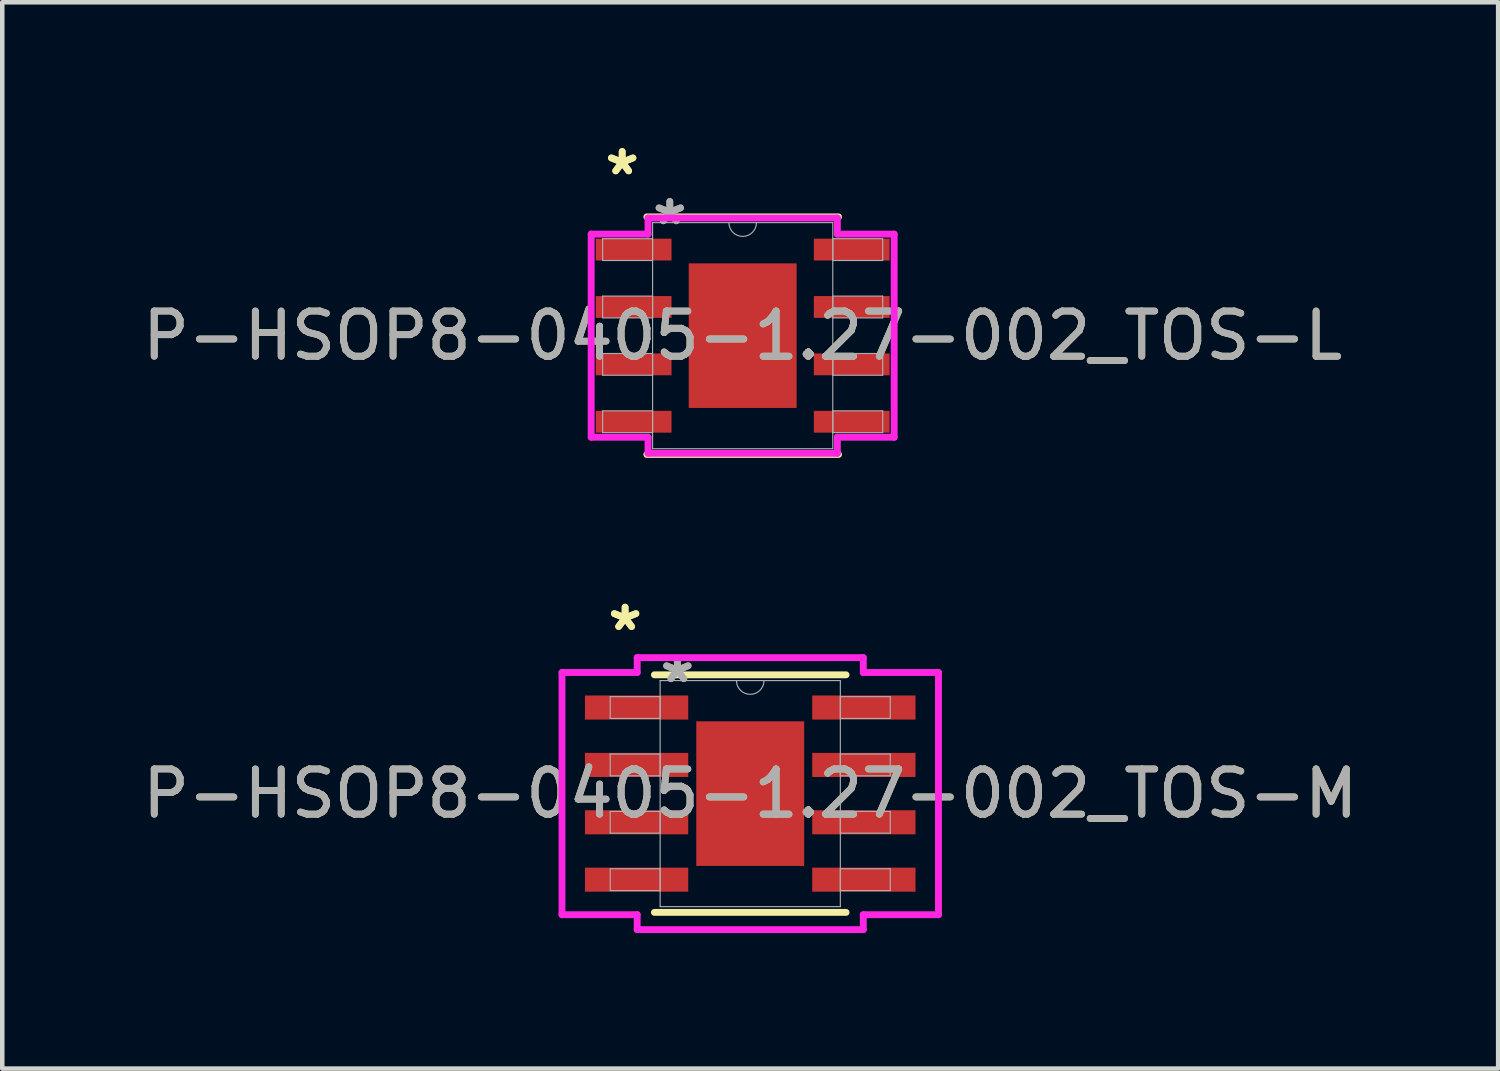
<source format=kicad_pcb>
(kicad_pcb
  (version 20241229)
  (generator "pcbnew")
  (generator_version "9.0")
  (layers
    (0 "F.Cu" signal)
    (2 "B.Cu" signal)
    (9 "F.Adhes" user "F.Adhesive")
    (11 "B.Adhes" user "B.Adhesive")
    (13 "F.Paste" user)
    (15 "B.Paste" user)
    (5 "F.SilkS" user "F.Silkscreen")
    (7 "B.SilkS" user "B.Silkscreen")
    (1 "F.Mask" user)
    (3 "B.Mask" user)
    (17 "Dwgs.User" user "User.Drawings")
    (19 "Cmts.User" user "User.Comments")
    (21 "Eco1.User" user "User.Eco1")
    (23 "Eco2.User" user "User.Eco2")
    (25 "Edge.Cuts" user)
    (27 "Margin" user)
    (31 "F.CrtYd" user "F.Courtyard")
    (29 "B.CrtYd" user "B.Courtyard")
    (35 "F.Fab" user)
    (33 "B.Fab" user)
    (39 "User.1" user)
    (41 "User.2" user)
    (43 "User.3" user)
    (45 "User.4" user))
  (footprint "P-HSOP8-0405-1.27-002_TOS-M"
    (layer "F.Cu")
    (at 13.554 14.514)
    (property "Reference" "P-HSOP8-0405-1.27-002_TOS-M" (at 0 0 0) (unlocked yes) (layer "F.SilkS") (effects (font (size 1 1) (thickness 0.15))))
    (attr smd)
    (fp_line (start -2.121 2.629) (end 2.121 2.629) (stroke (width 0.152) (type solid)) (layer "F.SilkS"))
    (fp_line (start 2.121 -2.629) (end -2.121 -2.629) (stroke (width 0.152) (type solid)) (layer "F.SilkS"))
    (fp_poly (pts (xy -1.094 -1.5) (xy -1.094 -0.1) (xy 1.094 -0.1) (xy 1.094 -1.5)) (stroke (width 0) (type solid)) (fill yes) (layer "F.Paste"))
    (fp_poly (pts (xy -1.094 0.1) (xy -1.094 1.5) (xy 1.094 1.5) (xy 1.094 0.1)) (stroke (width 0) (type solid)) (fill yes) (layer "F.Paste"))
    (fp_line (start -4.166 -2.68) (end -2.502 -2.68) (stroke (width 0.152) (type solid)) (layer "F.CrtYd"))
    (fp_line (start -4.166 2.68) (end -4.166 -2.68) (stroke (width 0.152) (type solid)) (layer "F.CrtYd"))
    (fp_line (start -4.166 2.68) (end -2.502 2.68) (stroke (width 0.152) (type solid)) (layer "F.CrtYd"))
    (fp_line (start -2.502 -3.01) (end 2.502 -3.01) (stroke (width 0.152) (type solid)) (layer "F.CrtYd"))
    (fp_line (start -2.502 -2.68) (end -2.502 -3.01) (stroke (width 0.152) (type solid)) (layer "F.CrtYd"))
    (fp_line (start -2.502 3.01) (end -2.502 2.68) (stroke (width 0.152) (type solid)) (layer "F.CrtYd"))
    (fp_line (start 2.502 -3.01) (end 2.502 -2.68) (stroke (width 0.152) (type solid)) (layer "F.CrtYd"))
    (fp_line (start 2.502 2.68) (end 2.502 3.01) (stroke (width 0.152) (type solid)) (layer "F.CrtYd"))
    (fp_line (start 2.502 3.01) (end -2.502 3.01) (stroke (width 0.152) (type solid)) (layer "F.CrtYd"))
    (fp_line (start 4.166 -2.68) (end 2.502 -2.68) (stroke (width 0.152) (type solid)) (layer "F.CrtYd"))
    (fp_line (start 4.166 -2.68) (end 4.166 2.68) (stroke (width 0.152) (type solid)) (layer "F.CrtYd"))
    (fp_line (start 4.166 2.68) (end 2.502 2.68) (stroke (width 0.152) (type solid)) (layer "F.CrtYd"))
    (fp_line (start -3.099 -2.146) (end -3.099 -1.664) (stroke (width 0.025) (type solid)) (layer "F.Fab"))
    (fp_line (start -3.099 -1.664) (end -1.994 -1.664) (stroke (width 0.025) (type solid)) (layer "F.Fab"))
    (fp_line (start -3.099 -0.876) (end -3.099 -0.394) (stroke (width 0.025) (type solid)) (layer "F.Fab"))
    (fp_line (start -3.099 -0.394) (end -1.994 -0.394) (stroke (width 0.025) (type solid)) (layer "F.Fab"))
    (fp_line (start -3.099 0.394) (end -3.099 0.876) (stroke (width 0.025) (type solid)) (layer "F.Fab"))
    (fp_line (start -3.099 0.876) (end -1.994 0.876) (stroke (width 0.025) (type solid)) (layer "F.Fab"))
    (fp_line (start -3.099 1.664) (end -3.099 2.146) (stroke (width 0.025) (type solid)) (layer "F.Fab"))
    (fp_line (start -3.099 2.146) (end -1.994 2.146) (stroke (width 0.025) (type solid)) (layer "F.Fab"))
    (fp_line (start -1.994 -2.502) (end -1.994 2.502) (stroke (width 0.025) (type solid)) (layer "F.Fab"))
    (fp_line (start -1.994 -2.146) (end -3.099 -2.146) (stroke (width 0.025) (type solid)) (layer "F.Fab"))
    (fp_line (start -1.994 -1.664) (end -1.994 -2.146) (stroke (width 0.025) (type solid)) (layer "F.Fab"))
    (fp_line (start -1.994 -0.876) (end -3.099 -0.876) (stroke (width 0.025) (type solid)) (layer "F.Fab"))
    (fp_line (start -1.994 -0.394) (end -1.994 -0.876) (stroke (width 0.025) (type solid)) (layer "F.Fab"))
    (fp_line (start -1.994 0.394) (end -3.099 0.394) (stroke (width 0.025) (type solid)) (layer "F.Fab"))
    (fp_line (start -1.994 0.876) (end -1.994 0.394) (stroke (width 0.025) (type solid)) (layer "F.Fab"))
    (fp_line (start -1.994 1.664) (end -3.099 1.664) (stroke (width 0.025) (type solid)) (layer "F.Fab"))
    (fp_line (start -1.994 2.146) (end -1.994 1.664) (stroke (width 0.025) (type solid)) (layer "F.Fab"))
    (fp_line (start -1.994 2.502) (end 1.994 2.502) (stroke (width 0.025) (type solid)) (layer "F.Fab"))
    (fp_line (start 1.994 -2.502) (end -1.994 -2.502) (stroke (width 0.025) (type solid)) (layer "F.Fab"))
    (fp_line (start 1.994 -2.146) (end 1.994 -1.664) (stroke (width 0.025) (type solid)) (layer "F.Fab"))
    (fp_line (start 1.994 -1.664) (end 3.099 -1.664) (stroke (width 0.025) (type solid)) (layer "F.Fab"))
    (fp_line (start 1.994 -0.876) (end 1.994 -0.394) (stroke (width 0.025) (type solid)) (layer "F.Fab"))
    (fp_line (start 1.994 -0.394) (end 3.099 -0.394) (stroke (width 0.025) (type solid)) (layer "F.Fab"))
    (fp_line (start 1.994 0.394) (end 1.994 0.876) (stroke (width 0.025) (type solid)) (layer "F.Fab"))
    (fp_line (start 1.994 0.876) (end 3.099 0.876) (stroke (width 0.025) (type solid)) (layer "F.Fab"))
    (fp_line (start 1.994 1.664) (end 1.994 2.146) (stroke (width 0.025) (type solid)) (layer "F.Fab"))
    (fp_line (start 1.994 2.146) (end 3.099 2.146) (stroke (width 0.025) (type solid)) (layer "F.Fab"))
    (fp_line (start 1.994 2.502) (end 1.994 -2.502) (stroke (width 0.025) (type solid)) (layer "F.Fab"))
    (fp_line (start 3.099 -2.146) (end 1.994 -2.146) (stroke (width 0.025) (type solid)) (layer "F.Fab"))
    (fp_line (start 3.099 -1.664) (end 3.099 -2.146) (stroke (width 0.025) (type solid)) (layer "F.Fab"))
    (fp_line (start 3.099 -0.876) (end 1.994 -0.876) (stroke (width 0.025) (type solid)) (layer "F.Fab"))
    (fp_line (start 3.099 -0.394) (end 3.099 -0.876) (stroke (width 0.025) (type solid)) (layer "F.Fab"))
    (fp_line (start 3.099 0.394) (end 1.994 0.394) (stroke (width 0.025) (type solid)) (layer "F.Fab"))
    (fp_line (start 3.099 0.876) (end 3.099 0.394) (stroke (width 0.025) (type solid)) (layer "F.Fab"))
    (fp_line (start 3.099 1.664) (end 1.994 1.664) (stroke (width 0.025) (type solid)) (layer "F.Fab"))
    (fp_line (start 3.099 2.146) (end 3.099 1.664) (stroke (width 0.025) (type solid)) (layer "F.Fab"))
    (fp_arc (start 0.3048 -2.5019) (mid 0 -2.1971) (end -0.3048 -2.5019) (stroke (width 0.0254) (type solid)) (layer "F.Fab"))
    (fp_text user "*" (at -2.769 -3.581 0) (unlocked yes) (layer "F.SilkS") (effects (font (size 1 1) (thickness 0.15))))
    (fp_text user "*" (at -2.769 -3.581 0) (layer "F.SilkS") (effects (font (size 1 1) (thickness 0.15))))
    (fp_text user "*" (at -1.613 -2.426 0) (unlocked yes) (layer "F.Fab") (effects (font (size 1 1) (thickness 0.15))))
    (fp_text user "${REFERENCE}" (at 0 0 0) (unlocked yes) (layer "F.Fab") (effects (font (size 1 1) (thickness 0.15))))
    (fp_text user "*" (at -1.613 -2.426 0) (layer "F.Fab") (effects (font (size 1 1) (thickness 0.15))))
    (pad "1" smd rect (at -2.515 -1.905) (size 2.286 0.533) (layers "F.Cu" "F.Mask" "F.Paste"))
    (pad "2" smd rect (at -2.515 -0.635) (size 2.286 0.533) (layers "F.Cu" "F.Mask" "F.Paste"))
    (pad "3" smd rect (at -2.515 0.635) (size 2.286 0.533) (layers "F.Cu" "F.Mask" "F.Paste"))
    (pad "4" smd rect (at -2.515 1.905) (size 2.286 0.533) (layers "F.Cu" "F.Mask" "F.Paste"))
    (pad "5" smd rect (at 2.515 1.905) (size 2.286 0.533) (layers "F.Cu" "F.Mask" "F.Paste"))
    (pad "6" smd rect (at 2.515 0.635) (size 2.286 0.533) (layers "F.Cu" "F.Mask" "F.Paste"))
    (pad "7" smd rect (at 2.515 -0.635) (size 2.286 0.533) (layers "F.Cu" "F.Mask" "F.Paste"))
    (pad "8" smd rect (at 2.515 -1.905) (size 2.286 0.533) (layers "F.Cu" "F.Mask" "F.Paste"))
    (pad "EPAD" smd rect (at 0 0) (size 2.388 3.2) (layers "F.Cu" "F.Mask")))
  (footprint "P-HSOP8-0405-1.27-002_TOS-L"
    (layer "F.Cu")
    (at 13.387 4.379)
    (property "Reference" "P-HSOP8-0405-1.27-002_TOS-L" (at 0 0 0) (unlocked yes) (layer "F.SilkS") (effects (font (size 1 1) (thickness 0.15))))
    (attr smd)
    (fp_line (start -2.121 2.629) (end 2.121 2.629) (stroke (width 0.152) (type solid)) (layer "F.SilkS"))
    (fp_line (start 2.121 -2.629) (end -2.121 -2.629) (stroke (width 0.152) (type solid)) (layer "F.SilkS"))
    (fp_poly (pts (xy -1.094 -1.5) (xy -1.094 -0.1) (xy 1.094 -0.1) (xy 1.094 -1.5)) (stroke (width 0) (type solid)) (fill yes) (layer "F.Paste"))
    (fp_poly (pts (xy -1.094 0.1) (xy -1.094 1.5) (xy 1.094 1.5) (xy 1.094 0.1)) (stroke (width 0) (type solid)) (fill yes) (layer "F.Paste"))
    (fp_line (start -3.353 -2.248) (end -2.095 -2.248) (stroke (width 0.152) (type solid)) (layer "F.CrtYd"))
    (fp_line (start -3.353 2.248) (end -3.353 -2.248) (stroke (width 0.152) (type solid)) (layer "F.CrtYd"))
    (fp_line (start -3.353 2.248) (end -2.095 2.248) (stroke (width 0.152) (type solid)) (layer "F.CrtYd"))
    (fp_line (start -2.095 -2.603) (end 2.095 -2.603) (stroke (width 0.152) (type solid)) (layer "F.CrtYd"))
    (fp_line (start -2.095 -2.248) (end -2.095 -2.603) (stroke (width 0.152) (type solid)) (layer "F.CrtYd"))
    (fp_line (start -2.095 2.603) (end -2.095 2.248) (stroke (width 0.152) (type solid)) (layer "F.CrtYd"))
    (fp_line (start 2.095 -2.603) (end 2.095 -2.248) (stroke (width 0.152) (type solid)) (layer "F.CrtYd"))
    (fp_line (start 2.095 2.248) (end 2.095 2.603) (stroke (width 0.152) (type solid)) (layer "F.CrtYd"))
    (fp_line (start 2.095 2.603) (end -2.095 2.603) (stroke (width 0.152) (type solid)) (layer "F.CrtYd"))
    (fp_line (start 3.353 -2.248) (end 2.095 -2.248) (stroke (width 0.152) (type solid)) (layer "F.CrtYd"))
    (fp_line (start 3.353 -2.248) (end 3.353 2.248) (stroke (width 0.152) (type solid)) (layer "F.CrtYd"))
    (fp_line (start 3.353 2.248) (end 2.095 2.248) (stroke (width 0.152) (type solid)) (layer "F.CrtYd"))
    (fp_line (start -3.099 -2.146) (end -3.099 -1.664) (stroke (width 0.025) (type solid)) (layer "F.Fab"))
    (fp_line (start -3.099 -1.664) (end -1.994 -1.664) (stroke (width 0.025) (type solid)) (layer "F.Fab"))
    (fp_line (start -3.099 -0.876) (end -3.099 -0.394) (stroke (width 0.025) (type solid)) (layer "F.Fab"))
    (fp_line (start -3.099 -0.394) (end -1.994 -0.394) (stroke (width 0.025) (type solid)) (layer "F.Fab"))
    (fp_line (start -3.099 0.394) (end -3.099 0.876) (stroke (width 0.025) (type solid)) (layer "F.Fab"))
    (fp_line (start -3.099 0.876) (end -1.994 0.876) (stroke (width 0.025) (type solid)) (layer "F.Fab"))
    (fp_line (start -3.099 1.664) (end -3.099 2.146) (stroke (width 0.025) (type solid)) (layer "F.Fab"))
    (fp_line (start -3.099 2.146) (end -1.994 2.146) (stroke (width 0.025) (type solid)) (layer "F.Fab"))
    (fp_line (start -1.994 -2.502) (end -1.994 2.502) (stroke (width 0.025) (type solid)) (layer "F.Fab"))
    (fp_line (start -1.994 -2.146) (end -3.099 -2.146) (stroke (width 0.025) (type solid)) (layer "F.Fab"))
    (fp_line (start -1.994 -1.664) (end -1.994 -2.146) (stroke (width 0.025) (type solid)) (layer "F.Fab"))
    (fp_line (start -1.994 -0.876) (end -3.099 -0.876) (stroke (width 0.025) (type solid)) (layer "F.Fab"))
    (fp_line (start -1.994 -0.394) (end -1.994 -0.876) (stroke (width 0.025) (type solid)) (layer "F.Fab"))
    (fp_line (start -1.994 0.394) (end -3.099 0.394) (stroke (width 0.025) (type solid)) (layer "F.Fab"))
    (fp_line (start -1.994 0.876) (end -1.994 0.394) (stroke (width 0.025) (type solid)) (layer "F.Fab"))
    (fp_line (start -1.994 1.664) (end -3.099 1.664) (stroke (width 0.025) (type solid)) (layer "F.Fab"))
    (fp_line (start -1.994 2.146) (end -1.994 1.664) (stroke (width 0.025) (type solid)) (layer "F.Fab"))
    (fp_line (start -1.994 2.502) (end 1.994 2.502) (stroke (width 0.025) (type solid)) (layer "F.Fab"))
    (fp_line (start 1.994 -2.502) (end -1.994 -2.502) (stroke (width 0.025) (type solid)) (layer "F.Fab"))
    (fp_line (start 1.994 -2.146) (end 1.994 -1.664) (stroke (width 0.025) (type solid)) (layer "F.Fab"))
    (fp_line (start 1.994 -1.664) (end 3.099 -1.664) (stroke (width 0.025) (type solid)) (layer "F.Fab"))
    (fp_line (start 1.994 -0.876) (end 1.994 -0.394) (stroke (width 0.025) (type solid)) (layer "F.Fab"))
    (fp_line (start 1.994 -0.394) (end 3.099 -0.394) (stroke (width 0.025) (type solid)) (layer "F.Fab"))
    (fp_line (start 1.994 0.394) (end 1.994 0.876) (stroke (width 0.025) (type solid)) (layer "F.Fab"))
    (fp_line (start 1.994 0.876) (end 3.099 0.876) (stroke (width 0.025) (type solid)) (layer "F.Fab"))
    (fp_line (start 1.994 1.664) (end 1.994 2.146) (stroke (width 0.025) (type solid)) (layer "F.Fab"))
    (fp_line (start 1.994 2.146) (end 3.099 2.146) (stroke (width 0.025) (type solid)) (layer "F.Fab"))
    (fp_line (start 1.994 2.502) (end 1.994 -2.502) (stroke (width 0.025) (type solid)) (layer "F.Fab"))
    (fp_line (start 3.099 -2.146) (end 1.994 -2.146) (stroke (width 0.025) (type solid)) (layer "F.Fab"))
    (fp_line (start 3.099 -1.664) (end 3.099 -2.146) (stroke (width 0.025) (type solid)) (layer "F.Fab"))
    (fp_line (start 3.099 -0.876) (end 1.994 -0.876) (stroke (width 0.025) (type solid)) (layer "F.Fab"))
    (fp_line (start 3.099 -0.394) (end 3.099 -0.876) (stroke (width 0.025) (type solid)) (layer "F.Fab"))
    (fp_line (start 3.099 0.394) (end 1.994 0.394) (stroke (width 0.025) (type solid)) (layer "F.Fab"))
    (fp_line (start 3.099 0.876) (end 3.099 0.394) (stroke (width 0.025) (type solid)) (layer "F.Fab"))
    (fp_line (start 3.099 1.664) (end 1.994 1.664) (stroke (width 0.025) (type solid)) (layer "F.Fab"))
    (fp_line (start 3.099 2.146) (end 3.099 1.664) (stroke (width 0.025) (type solid)) (layer "F.Fab"))
    (fp_arc (start 0.3048 -2.5019) (mid 0 -2.1971) (end -0.3048 -2.5019) (stroke (width 0.0254) (type solid)) (layer "F.Fab"))
    (fp_text user "*" (at -2.667 -3.531 0) (layer "F.SilkS") (effects (font (size 1 1) (thickness 0.15))))
    (fp_text user "*" (at -2.667 -3.531 0) (unlocked yes) (layer "F.SilkS") (effects (font (size 1 1) (thickness 0.15))))
    (fp_text user "${REFERENCE}" (at 0 0 0) (unlocked yes) (layer "F.Fab") (effects (font (size 1 1) (thickness 0.15))))
    (fp_text user "*" (at -1.613 -2.426 0) (unlocked yes) (layer "F.Fab") (effects (font (size 1 1) (thickness 0.15))))
    (fp_text user "*" (at -1.613 -2.426 0) (layer "F.Fab") (effects (font (size 1 1) (thickness 0.15))))
    (pad "1" smd rect (at -2.413 -1.905) (size 1.676 0.483) (layers "F.Cu" "F.Mask" "F.Paste"))
    (pad "2" smd rect (at -2.413 -0.635) (size 1.676 0.483) (layers "F.Cu" "F.Mask" "F.Paste"))
    (pad "3" smd rect (at -2.413 0.635) (size 1.676 0.483) (layers "F.Cu" "F.Mask" "F.Paste"))
    (pad "4" smd rect (at -2.413 1.905) (size 1.676 0.483) (layers "F.Cu" "F.Mask" "F.Paste"))
    (pad "5" smd rect (at 2.413 1.905) (size 1.676 0.483) (layers "F.Cu" "F.Mask" "F.Paste"))
    (pad "6" smd rect (at 2.413 0.635) (size 1.676 0.483) (layers "F.Cu" "F.Mask" "F.Paste"))
    (pad "7" smd rect (at 2.413 -0.635) (size 1.676 0.483) (layers "F.Cu" "F.Mask" "F.Paste"))
    (pad "8" smd rect (at 2.413 -1.905) (size 1.676 0.483) (layers "F.Cu" "F.Mask" "F.Paste"))
    (pad "EPAD" smd rect (at 0 0) (size 2.388 3.2) (layers "F.Cu" "F.Mask")))
  (gr_rect
    (start -3 -3)
    (end 30.107 20.6)
    (stroke (width 0.1) (type default))
    (fill no)
    (layer "Edge.Cuts")))
</source>
